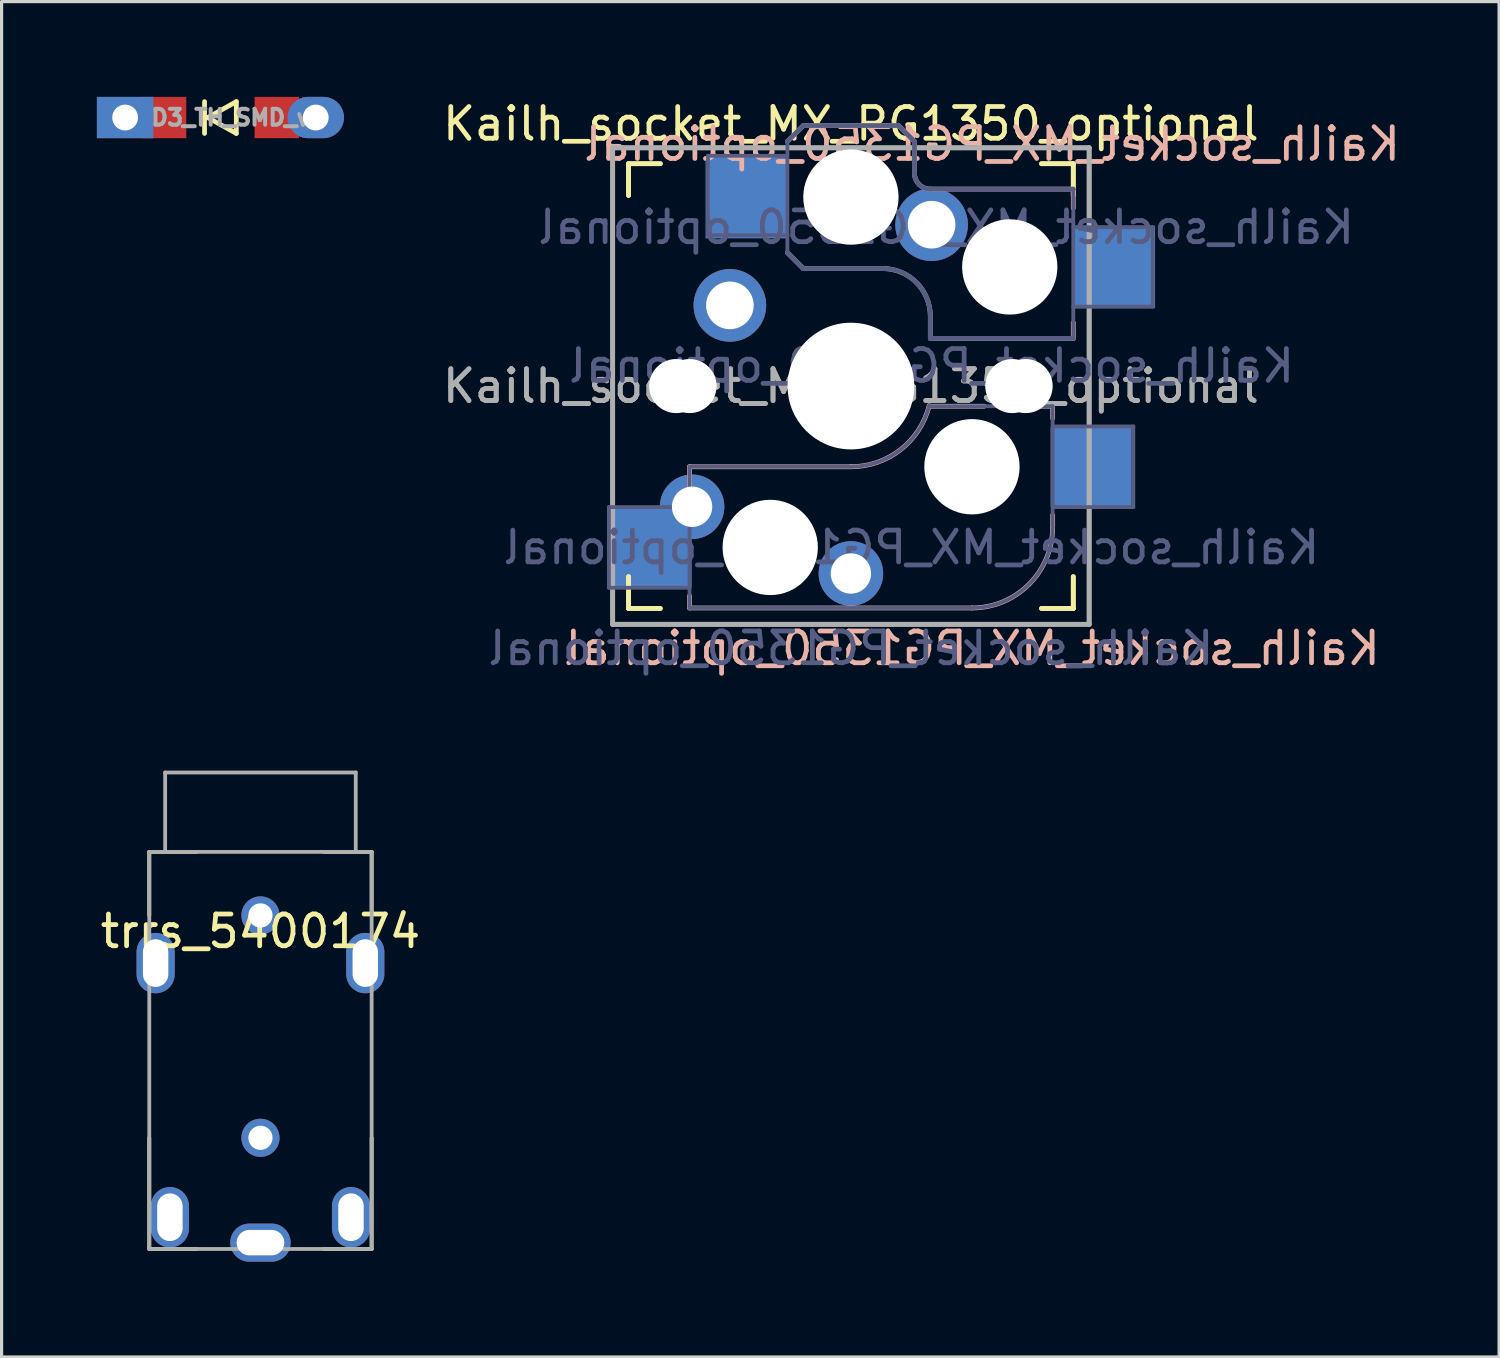
<source format=kicad_pcb>
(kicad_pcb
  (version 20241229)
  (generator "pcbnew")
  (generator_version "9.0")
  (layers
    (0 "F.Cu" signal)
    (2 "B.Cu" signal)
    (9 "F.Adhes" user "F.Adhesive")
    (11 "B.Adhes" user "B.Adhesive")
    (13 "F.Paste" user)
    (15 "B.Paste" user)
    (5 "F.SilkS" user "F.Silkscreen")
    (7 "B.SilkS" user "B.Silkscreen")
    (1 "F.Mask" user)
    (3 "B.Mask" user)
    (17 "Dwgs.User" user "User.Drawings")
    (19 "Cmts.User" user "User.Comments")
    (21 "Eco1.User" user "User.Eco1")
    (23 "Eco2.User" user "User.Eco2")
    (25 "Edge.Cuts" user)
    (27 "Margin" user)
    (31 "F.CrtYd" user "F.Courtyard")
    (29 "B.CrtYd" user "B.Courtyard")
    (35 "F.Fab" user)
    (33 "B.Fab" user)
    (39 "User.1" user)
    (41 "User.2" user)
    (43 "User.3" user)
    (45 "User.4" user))
  (footprint "Kailh_socket_MX_PG1350_optional"
    (layer "F.Cu")
    (at 23.736 9.103)
    (property "Reference" "Kailh_socket_MX_PG1350_optional" (at 0 -8.255 0) (layer "F.SilkS") (effects (font (size 1 1) (thickness 0.15))))
    (property "Value" "Kailh_socket_PG1350_optional" (at 0 8.25 0) (layer "F.Fab") (hide yes) (effects (font (size 1 1) (thickness 0.15))))
    (attr through_hole)
    (fp_line (start -7 -6) (end -7 -7) (stroke (width 0.15) (type solid)) (layer "F.SilkS"))
    (fp_line (start -7 -6) (end -7 -7) (stroke (width 0.15) (type solid)) (layer "F.SilkS"))
    (fp_line (start -7 7) (end -7 6) (stroke (width 0.15) (type solid)) (layer "F.SilkS"))
    (fp_line (start -7 7) (end -7 6) (stroke (width 0.15) (type solid)) (layer "F.SilkS"))
    (fp_line (start -7 7) (end -6 7) (stroke (width 0.15) (type solid)) (layer "F.SilkS"))
    (fp_line (start -7 7) (end -6 7) (stroke (width 0.15) (type solid)) (layer "F.SilkS"))
    (fp_line (start -6 -7) (end -7 -7) (stroke (width 0.15) (type solid)) (layer "F.SilkS"))
    (fp_line (start -6 -7) (end -7 -7) (stroke (width 0.15) (type solid)) (layer "F.SilkS"))
    (fp_line (start 6 7) (end 7 7) (stroke (width 0.15) (type solid)) (layer "F.SilkS"))
    (fp_line (start 6 7) (end 7 7) (stroke (width 0.15) (type solid)) (layer "F.SilkS"))
    (fp_line (start 7 -7) (end 6 -7) (stroke (width 0.15) (type solid)) (layer "F.SilkS"))
    (fp_line (start 7 -7) (end 6 -7) (stroke (width 0.15) (type solid)) (layer "F.SilkS"))
    (fp_line (start 7 -7) (end 7 -6) (stroke (width 0.15) (type solid)) (layer "F.SilkS"))
    (fp_line (start 7 -7) (end 7 -6) (stroke (width 0.15) (type solid)) (layer "F.SilkS"))
    (fp_line (start 7 6) (end 7 7) (stroke (width 0.15) (type solid)) (layer "F.SilkS"))
    (fp_line (start 7 6) (end 7 7) (stroke (width 0.15) (type solid)) (layer "F.SilkS"))
    (fp_line (start -5.08 2.54) (end -5.08 3.556) (stroke (width 0.15) (type solid)) (layer "B.SilkS"))
    (fp_line (start -5.08 6.604) (end -5.08 6.985) (stroke (width 0.15) (type solid)) (layer "B.SilkS"))
    (fp_line (start -5.08 6.985) (end 3.81 6.985) (stroke (width 0.15) (type solid)) (layer "B.SilkS"))
    (fp_line (start -2 -7.7) (end -1.5 -8.2) (stroke (width 0.15) (type solid)) (layer "B.SilkS"))
    (fp_line (start -2 -4.2) (end -1.5 -3.7) (stroke (width 0.15) (type solid)) (layer "B.SilkS"))
    (fp_line (start -1.5 -8.2) (end 1.5 -8.2) (stroke (width 0.15) (type solid)) (layer "B.SilkS"))
    (fp_line (start -1.5 -3.7) (end 1 -3.7) (stroke (width 0.15) (type solid)) (layer "B.SilkS"))
    (fp_line (start 0 2.54) (end -5.08 2.54) (stroke (width 0.15) (type solid)) (layer "B.SilkS"))
    (fp_line (start 1.5 -8.2) (end 2 -7.7) (stroke (width 0.15) (type solid)) (layer "B.SilkS"))
    (fp_line (start 2 -6.7) (end 2 -7.7) (stroke (width 0.15) (type solid)) (layer "B.SilkS"))
    (fp_line (start 2.5 -2.2) (end 2.5 -1.5) (stroke (width 0.15) (type solid)) (layer "B.SilkS"))
    (fp_line (start 2.5 -1.5) (end 7 -1.5) (stroke (width 0.15) (type solid)) (layer "B.SilkS"))
    (fp_line (start 4.191 0.635) (end 2.54 0.635) (stroke (width 0.15) (type solid)) (layer "B.SilkS"))
    (fp_line (start 6.35 0.635) (end 5.969 0.635) (stroke (width 0.15) (type solid)) (layer "B.SilkS"))
    (fp_line (start 6.35 1.016) (end 6.35 0.635) (stroke (width 0.15) (type solid)) (layer "B.SilkS"))
    (fp_line (start 6.35 4.445) (end 6.35 4.064) (stroke (width 0.15) (type solid)) (layer "B.SilkS"))
    (fp_line (start 7 -6.2) (end 2.5 -6.2) (stroke (width 0.15) (type solid)) (layer "B.SilkS"))
    (fp_line (start 7 -5.6) (end 7 -6.2) (stroke (width 0.15) (type solid)) (layer "B.SilkS"))
    (fp_line (start 7 -1.5) (end 7 -2) (stroke (width 0.15) (type solid)) (layer "B.SilkS"))
    (fp_arc (start 1 -3.7) (mid 2.06066 -3.26066) (end 2.5 -2.2) (stroke (width 0.15) (type solid)) (layer "B.SilkS"))
    (fp_arc (start 2.464162 0.61604) (mid 1.563147 2.002042) (end 0 2.54) (stroke (width 0.15) (type solid)) (layer "B.SilkS"))
    (fp_arc (start 2.5 -6.2) (mid 2.146447 -6.346447) (end 2 -6.7) (stroke (width 0.15) (type solid)) (layer "B.SilkS"))
    (fp_arc (start 6.35 4.445) (mid 5.606051 6.241051) (end 3.81 6.985) (stroke (width 0.15) (type solid)) (layer "B.SilkS"))
    (fp_line (start -6.9 6.9) (end -6.9 -6.9) (stroke (width 0.15) (type solid)) (layer "Eco2.User"))
    (fp_line (start -6.9 6.9) (end -6.9 -6.9) (stroke (width 0.15) (type solid)) (layer "Eco2.User"))
    (fp_line (start -6.9 6.9) (end 6.9 6.9) (stroke (width 0.15) (type solid)) (layer "Eco2.User"))
    (fp_line (start -6.9 6.9) (end 6.9 6.9) (stroke (width 0.15) (type solid)) (layer "Eco2.User"))
    (fp_line (start -2.6 -3.1) (end -2.6 -6.3) (stroke (width 0.15) (type solid)) (layer "Eco2.User"))
    (fp_line (start -2.6 -3.1) (end 2.6 -3.1) (stroke (width 0.15) (type solid)) (layer "Eco2.User"))
    (fp_line (start 2.6 -6.3) (end -2.6 -6.3) (stroke (width 0.15) (type solid)) (layer "Eco2.User"))
    (fp_line (start 2.6 -3.1) (end 2.6 -6.3) (stroke (width 0.15) (type solid)) (layer "Eco2.User"))
    (fp_line (start 6.9 -6.9) (end -6.9 -6.9) (stroke (width 0.15) (type solid)) (layer "Eco2.User"))
    (fp_line (start 6.9 -6.9) (end -6.9 -6.9) (stroke (width 0.15) (type solid)) (layer "Eco2.User"))
    (fp_line (start 6.9 -6.9) (end 6.9 6.9) (stroke (width 0.15) (type solid)) (layer "Eco2.User"))
    (fp_line (start 6.9 -6.9) (end 6.9 6.9) (stroke (width 0.15) (type solid)) (layer "Eco2.User"))
    (fp_line (start -7.62 3.81) (end -7.62 6.35) (stroke (width 0.12) (type solid)) (layer "B.Fab"))
    (fp_line (start -7.62 6.35) (end -5.08 6.35) (stroke (width 0.12) (type solid)) (layer "B.Fab"))
    (fp_line (start -5.08 2.54) (end -5.08 6.985) (stroke (width 0.12) (type solid)) (layer "B.Fab"))
    (fp_line (start -5.08 3.81) (end -7.62 3.81) (stroke (width 0.12) (type solid)) (layer "B.Fab"))
    (fp_line (start -5.08 6.985) (end 3.81 6.985) (stroke (width 0.12) (type solid)) (layer "B.Fab"))
    (fp_line (start -4.5 -7.25) (end -2 -7.25) (stroke (width 0.12) (type solid)) (layer "B.Fab"))
    (fp_line (start -4.5 -4.75) (end -4.5 -7.25) (stroke (width 0.12) (type solid)) (layer "B.Fab"))
    (fp_line (start -2 -7.7) (end -1.5 -8.2) (stroke (width 0.15) (type solid)) (layer "B.Fab"))
    (fp_line (start -2 -4.75) (end -4.5 -4.75) (stroke (width 0.12) (type solid)) (layer "B.Fab"))
    (fp_line (start -2 -4.25) (end -2 -7.7) (stroke (width 0.12) (type solid)) (layer "B.Fab"))
    (fp_line (start -2 -4.2) (end -1.5 -3.7) (stroke (width 0.15) (type solid)) (layer "B.Fab"))
    (fp_line (start -1.5 -8.2) (end 1.5 -8.2) (stroke (width 0.15) (type solid)) (layer "B.Fab"))
    (fp_line (start -1.5 -3.7) (end 1 -3.7) (stroke (width 0.15) (type solid)) (layer "B.Fab"))
    (fp_line (start 0 2.54) (end -5.08 2.54) (stroke (width 0.12) (type solid)) (layer "B.Fab"))
    (fp_line (start 1.5 -8.2) (end 2 -7.7) (stroke (width 0.15) (type solid)) (layer "B.Fab"))
    (fp_line (start 2 -6.7) (end 2 -7.7) (stroke (width 0.15) (type solid)) (layer "B.Fab"))
    (fp_line (start 2.5 -2.2) (end 2.5 -1.5) (stroke (width 0.15) (type solid)) (layer "B.Fab"))
    (fp_line (start 2.5 -1.5) (end 7 -1.5) (stroke (width 0.15) (type solid)) (layer "B.Fab"))
    (fp_line (start 6.35 0.635) (end 2.54 0.635) (stroke (width 0.12) (type solid)) (layer "B.Fab"))
    (fp_line (start 6.35 3.81) (end 8.89 3.81) (stroke (width 0.12) (type solid)) (layer "B.Fab"))
    (fp_line (start 6.35 4.445) (end 6.35 0.635) (stroke (width 0.12) (type solid)) (layer "B.Fab"))
    (fp_line (start 7 -6.2) (end 2.5 -6.2) (stroke (width 0.15) (type solid)) (layer "B.Fab"))
    (fp_line (start 7 -5) (end 9.5 -5) (stroke (width 0.12) (type solid)) (layer "B.Fab"))
    (fp_line (start 7 -1.5) (end 7 -6.2) (stroke (width 0.12) (type solid)) (layer "B.Fab"))
    (fp_line (start 8.89 1.27) (end 6.35 1.27) (stroke (width 0.12) (type solid)) (layer "B.Fab"))
    (fp_line (start 8.89 3.81) (end 8.89 1.27) (stroke (width 0.12) (type solid)) (layer "B.Fab"))
    (fp_line (start 9.5 -5) (end 9.5 -2.5) (stroke (width 0.12) (type solid)) (layer "B.Fab"))
    (fp_line (start 9.5 -2.5) (end 7 -2.5) (stroke (width 0.12) (type solid)) (layer "B.Fab"))
    (fp_arc (start 1 -3.7) (mid 2.06066 -3.26066) (end 2.5 -2.2) (stroke (width 0.15) (type solid)) (layer "B.Fab"))
    (fp_arc (start 2.464162 0.61604) (mid 1.563147 2.002042) (end 0 2.54) (stroke (width 0.12) (type solid)) (layer "B.Fab"))
    (fp_arc (start 2.5 -6.2) (mid 2.146447 -6.346447) (end 2 -6.7) (stroke (width 0.15) (type solid)) (layer "B.Fab"))
    (fp_arc (start 6.35 4.445) (mid 5.606051 6.241051) (end 3.81 6.985) (stroke (width 0.12) (type solid)) (layer "B.Fab"))
    (fp_line (start -7.5 -7.5) (end 7.5 -7.5) (stroke (width 0.15) (type solid)) (layer "F.Fab"))
    (fp_line (start -7.5 -7.5) (end 7.5 -7.5) (stroke (width 0.15) (type solid)) (layer "F.Fab"))
    (fp_line (start -7.5 7.5) (end -7.5 -7.5) (stroke (width 0.15) (type solid)) (layer "F.Fab"))
    (fp_line (start -7.5 7.5) (end -7.5 -7.5) (stroke (width 0.15) (type solid)) (layer "F.Fab"))
    (fp_line (start 7.5 -7.5) (end 7.5 7.5) (stroke (width 0.15) (type solid)) (layer "F.Fab"))
    (fp_line (start 7.5 -7.5) (end 7.5 7.5) (stroke (width 0.15) (type solid)) (layer "F.Fab"))
    (fp_line (start 7.5 7.5) (end -7.5 7.5) (stroke (width 0.15) (type solid)) (layer "F.Fab"))
    (fp_line (start 7.5 7.5) (end -7.5 7.5) (stroke (width 0.15) (type solid)) (layer "F.Fab"))
    (fp_text user "${REFERENCE}" (at 4.445 -7.62 0) (layer "B.SilkS") (effects (font (size 1 1) (thickness 0.15)) (justify mirror)))
    (fp_text user "${REFERENCE}" (at 3.81 8.255 0) (layer "B.SilkS") (effects (font (size 1 1) (thickness 0.15)) (justify mirror)))
    (fp_text user "${REFERENCE}" (at 3 -5 180) (layer "B.Fab") (effects (font (size 1 1) (thickness 0.15)) (justify mirror)))
    (fp_text user "${REFERENCE}" (at 1.905 5.08 0) (layer "B.Fab") (effects (font (size 1 1) (thickness 0.15)) (justify mirror)))
    (fp_text user "${VALUE}" (at 0 8.255 0) (layer "B.Fab") (effects (font (size 1 1) (thickness 0.15)) (justify mirror)))
    (fp_text user "${VALUE}" (at 2.54 -0.635 0) (layer "B.Fab") (effects (font (size 1 1) (thickness 0.15)) (justify mirror)))
    (fp_text user "${REFERENCE}" (at 0 0 0) (layer "F.Fab") (effects (font (size 1 1) (thickness 0.15))))
    (fp_text user "${REFERENCE}" (at 0 0 0) (layer "F.Fab") (effects (font (size 1 1) (thickness 0.15))))
    (pad "" np_thru_hole circle (at -5.5 0) (size 1.702 1.702) (drill 1.702) (layers "*.Cu" "*.Mask"))
    (pad "" np_thru_hole circle (at -5.08 0) (size 1.702 1.702) (drill 1.702) (layers "*.Cu" "*.Mask"))
    (pad "" np_thru_hole circle (at -2.54 5.08) (size 3 3) (drill 3) (layers "*.Cu" "*.Mask"))
    (pad "" np_thru_hole circle (at 0 -5.95) (size 3 3) (drill 3) (layers "*.Cu" "*.Mask"))
    (pad "" np_thru_hole circle (at 0 0) (size 3.429 3.429) (drill 3.429) (layers "*.Cu" "*.Mask"))
    (pad "" np_thru_hole circle (at 0 0) (size 3.988 3.988) (drill 3.988) (layers "*.Cu" "*.Mask"))
    (pad "" np_thru_hole circle (at 3.81 2.54) (size 3 3) (drill 3) (layers "*.Cu" "*.Mask"))
    (pad "" np_thru_hole circle (at 5 -3.75) (size 3 3) (drill 3) (layers "*.Cu" "*.Mask"))
    (pad "" np_thru_hole circle (at 5.08 0) (size 1.702 1.702) (drill 1.702) (layers "*.Cu" "*.Mask"))
    (pad "" np_thru_hole circle (at 5.5 0) (size 1.702 1.702) (drill 1.702) (layers "*.Cu" "*.Mask"))
    (pad "1" smd rect (at -6.29 5.08) (size 2.55 2.5) (layers "B.Cu" "B.Mask" "B.Paste"))
    (pad "1" smd rect (at -3.275 -5.95) (size 2.6 2.6) (layers "B.Cu" "B.Mask" "B.Paste"))
    (pad "1" thru_hole circle (at 0 5.9) (size 2.032 2.032) (drill 1.27) (layers "*.Cu" "*.Mask"))
    (pad "1" thru_hole circle (at 2.54 -5.08) (size 2.286 2.286) (drill 1.499) (layers "*.Cu" "*.Mask"))
    (pad "2" thru_hole circle (at -5 3.8) (size 2.032 2.032) (drill 1.27) (layers "*.Cu" "*.Mask"))
    (pad "2" thru_hole circle (at -3.81 -2.54) (size 2.286 2.286) (drill 1.499) (layers "*.Cu" "*.Mask"))
    (pad "2" smd rect (at 7.56 2.54) (size 2.55 2.5) (layers "B.Cu" "B.Mask" "B.Paste"))
    (pad "2" smd rect (at 8.275 -3.75) (size 2.6 2.6) (layers "B.Cu" "B.Mask" "B.Paste")))
  (footprint "trrs_5400174"
    (layer "F.Cu")
    (at 5.149 25.767)
    (property "Reference" "trrs_5400174" (at 0 0.5 0) (layer "F.SilkS") (effects (font (size 1 1) (thickness 0.15))))
    (attr through_hole)
    (fp_line (start -3.5 -2) (end -3.5 0) (stroke (width 0.12) (type solid)) (layer "F.SilkS"))
    (fp_line (start -3.5 10.5) (end -3.5 7) (stroke (width 0.12) (type solid)) (layer "F.SilkS"))
    (fp_line (start -2 -2) (end -3.5 -2) (stroke (width 0.12) (type solid)) (layer "F.SilkS"))
    (fp_line (start -2 10.5) (end -3.5 10.5) (stroke (width 0.12) (type solid)) (layer "F.SilkS"))
    (fp_line (start 2 -2) (end 3.5 -2) (stroke (width 0.12) (type solid)) (layer "F.SilkS"))
    (fp_line (start 2 10.5) (end 3.5 10.5) (stroke (width 0.12) (type solid)) (layer "F.SilkS"))
    (fp_line (start 3.5 -2) (end 3.5 0) (stroke (width 0.12) (type solid)) (layer "F.SilkS"))
    (fp_line (start 3.5 10.5) (end 3.5 7) (stroke (width 0.12) (type solid)) (layer "F.SilkS"))
    (fp_line (start -3.5 -2) (end 3.5 -2) (stroke (width 0.12) (type solid)) (layer "F.Fab"))
    (fp_line (start -3.5 10.5) (end -3.5 -2) (stroke (width 0.12) (type solid)) (layer "F.Fab"))
    (fp_line (start -3 -4.5) (end 3 -4.5) (stroke (width 0.12) (type solid)) (layer "F.Fab"))
    (fp_line (start -3 -2) (end -3 -4.5) (stroke (width 0.12) (type solid)) (layer "F.Fab"))
    (fp_line (start 3 -4.5) (end 3 -2) (stroke (width 0.12) (type solid)) (layer "F.Fab"))
    (fp_line (start 3.5 -2) (end 3.5 10.5) (stroke (width 0.12) (type solid)) (layer "F.Fab"))
    (fp_line (start 3.5 10.5) (end -3.5 10.5) (stroke (width 0.12) (type solid)) (layer "F.Fab"))
    (pad "" np_thru_hole circle (at 0 0) (size 1.2 1.2) (drill 0.762) (layers "*.Cu" "*.Mask"))
    (pad "" np_thru_hole circle (at 0 7) (size 1.2 1.2) (drill 0.762) (layers "*.Cu" "*.Mask"))
    (pad "1" thru_hole oval (at 0 10.3 270) (size 1.2 1.9) (drill oval 0.8 1.5) (layers "*.Cu" "*.Mask"))
    (pad "2" thru_hole oval (at 2.85 9.5) (size 1.2 1.9) (drill oval 0.8 1.5) (layers "*.Cu" "*.Mask"))
    (pad "3" thru_hole oval (at -2.85 9.5 180) (size 1.2 1.9) (drill oval 0.8 1.5) (layers "*.Cu" "*.Mask"))
    (pad "4" thru_hole oval (at -3.3 1.5 180) (size 1.2 1.9) (drill oval 0.8 1.5) (layers "*.Cu" "*.Mask"))
    (pad "4" thru_hole oval (at 3.3 1.5) (size 1.2 1.9) (drill oval 0.8 1.5) (layers "*.Cu" "*.Mask")))
  (footprint "D3_TH_SMD_v2"
    (layer "F.Cu")
    (at 3.889 0.65)
    (property "Reference" "D3_TH_SMD_v2" (at 0.55 0 180) (layer "F.Fab") (effects (font (size 0.5 0.5) (thickness 0.125))))
    (attr through_hole)
    (fp_line (start -0.5 -0.5) (end -0.5 0.5) (stroke (width 0.15) (type solid)) (layer "F.SilkS"))
    (fp_line (start -0.4 0) (end 0.5 -0.5) (stroke (width 0.15) (type solid)) (layer "F.SilkS"))
    (fp_line (start 0.5 -0.5) (end 0.5 0.5) (stroke (width 0.15) (type solid)) (layer "F.SilkS"))
    (fp_line (start 0.5 0.5) (end -0.4 0) (stroke (width 0.15) (type solid)) (layer "F.SilkS"))
    (pad "1" thru_hole rect (at -3 0) (size 1.778 1.3) (drill 0.813) (layers "*.Cu" "B.Mask"))
    (pad "1" smd rect (at -1.775 0 180) (size 1.4 1.3) (layers "F.Cu" "F.Mask" "F.Paste"))
    (pad "2" smd rect (at 1.775 0 180) (size 1.4 1.3) (layers "F.Cu" "F.Mask" "F.Paste"))
    (pad "2" thru_hole oval (at 3 0) (size 1.778 1.3) (drill 0.813) (layers "*.Cu" "B.Mask")))
  (gr_rect
    (start -3 -3)
    (end 44.14 39.666)
    (stroke (width 0.1) (type default))
    (fill no)
    (layer "Edge.Cuts")))
</source>
